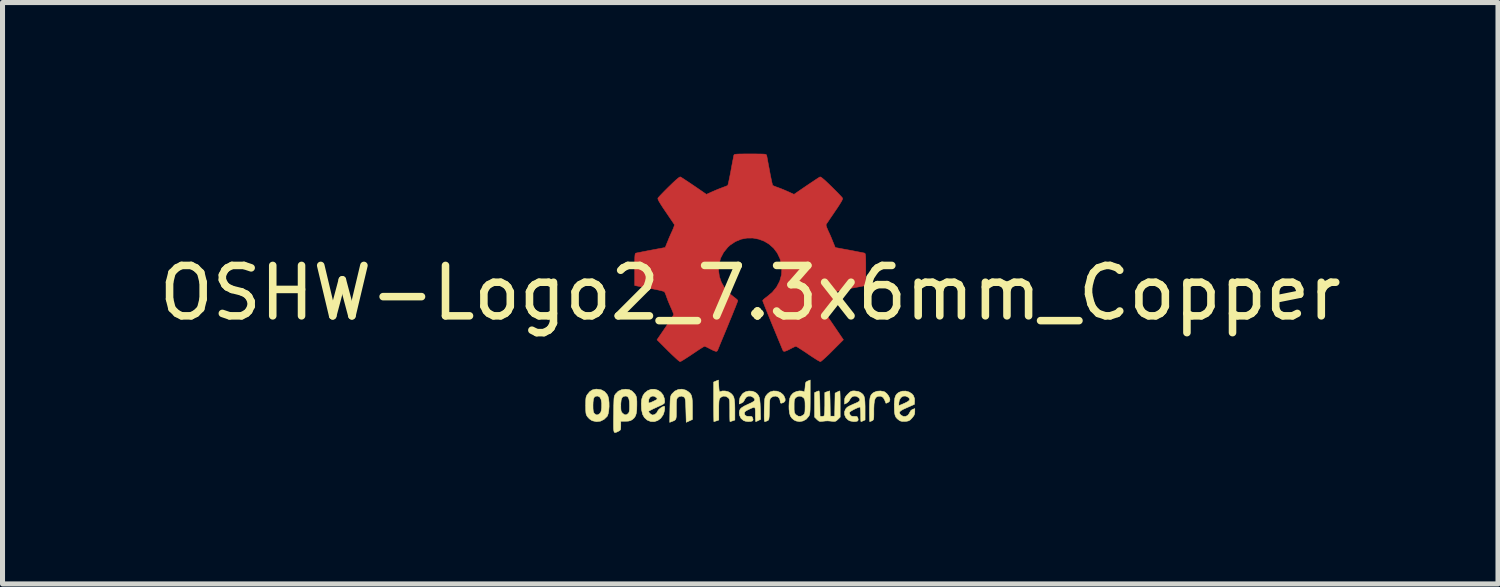
<source format=kicad_pcb>
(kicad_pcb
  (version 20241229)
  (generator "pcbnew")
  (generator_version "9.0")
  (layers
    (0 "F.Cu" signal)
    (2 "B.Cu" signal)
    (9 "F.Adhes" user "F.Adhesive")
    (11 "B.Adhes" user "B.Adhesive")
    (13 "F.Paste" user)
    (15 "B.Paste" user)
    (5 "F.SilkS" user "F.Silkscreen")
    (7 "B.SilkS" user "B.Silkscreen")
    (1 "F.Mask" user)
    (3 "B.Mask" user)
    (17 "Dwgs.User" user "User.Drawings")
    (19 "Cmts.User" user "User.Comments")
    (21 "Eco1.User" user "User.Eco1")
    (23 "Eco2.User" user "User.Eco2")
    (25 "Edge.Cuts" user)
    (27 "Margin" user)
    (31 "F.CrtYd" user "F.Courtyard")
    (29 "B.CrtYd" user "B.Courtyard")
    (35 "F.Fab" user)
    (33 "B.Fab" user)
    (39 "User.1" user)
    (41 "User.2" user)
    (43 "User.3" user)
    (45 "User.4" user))
  (footprint "OSHW-Logo2_7.3x6mm_Copper"
    (layer "F.Cu")
    (at 11.839 2.763)
    (property "Reference" "OSHW-Logo2_7.3x6mm_Copper" (at 0 0 0) (layer "F.SilkS") (effects (font (size 1 1) (thickness 0.15))))
    (attr exclude_from_pos_files exclude_from_bom)
    (fp_poly (pts (xy 0.104 -2.758) (xy 0.182 -2.757) (xy 0.239 -2.756) (xy 0.278 -2.754) (xy 0.303 -2.75) (xy 0.316 -2.744) (xy 0.323 -2.737) (xy 0.326 -2.726) (xy 0.327 -2.725) (xy 0.332 -2.701) (xy 0.341 -2.653) (xy 0.353 -2.587) (xy 0.368 -2.508) (xy 0.385 -2.42) (xy 0.385 -2.417) (xy 0.401 -2.331) (xy 0.417 -2.255) (xy 0.43 -2.194) (xy 0.44 -2.152) (xy 0.446 -2.133) (xy 0.447 -2.133) (xy 0.465 -2.124) (xy 0.502 -2.109) (xy 0.551 -2.091) (xy 0.552 -2.091) (xy 0.613 -2.068) (xy 0.686 -2.038) (xy 0.754 -2.008) (xy 0.757 -2.007) (xy 0.869 -1.956) (xy 1.115 -2.125) (xy 1.191 -2.176) (xy 1.26 -2.222) (xy 1.317 -2.26) (xy 1.359 -2.287) (xy 1.383 -2.301) (xy 1.385 -2.302) (xy 1.402 -2.298) (xy 1.434 -2.275) (xy 1.481 -2.235) (xy 1.546 -2.174) (xy 1.612 -2.11) (xy 1.676 -2.046) (xy 1.733 -1.989) (xy 1.78 -1.94) (xy 1.814 -1.904) (xy 1.83 -1.884) (xy 1.831 -1.883) (xy 1.833 -1.869) (xy 1.826 -1.847) (xy 1.809 -1.814) (xy 1.779 -1.765) (xy 1.737 -1.699) (xy 1.679 -1.614) (xy 1.629 -1.54) (xy 1.583 -1.473) (xy 1.546 -1.417) (xy 1.519 -1.378) (xy 1.506 -1.357) (xy 1.505 -1.356) (xy 1.507 -1.336) (xy 1.519 -1.298) (xy 1.54 -1.248) (xy 1.547 -1.232) (xy 1.58 -1.162) (xy 1.614 -1.082) (xy 1.642 -1.012) (xy 1.663 -0.961) (xy 1.679 -0.922) (xy 1.688 -0.901) (xy 1.689 -0.9) (xy 1.706 -0.897) (xy 1.746 -0.89) (xy 1.804 -0.879) (xy 1.875 -0.866) (xy 1.952 -0.852) (xy 2.032 -0.837) (xy 2.107 -0.822) (xy 2.174 -0.809) (xy 2.227 -0.799) (xy 2.26 -0.792) (xy 2.268 -0.79) (xy 2.276 -0.785) (xy 2.283 -0.774) (xy 2.287 -0.754) (xy 2.29 -0.72) (xy 2.292 -0.67) (xy 2.293 -0.599) (xy 2.293 -0.504) (xy 2.293 -0.465) (xy 2.293 -0.147) (xy 2.217 -0.132) (xy 2.175 -0.124) (xy 2.111 -0.112) (xy 2.035 -0.098) (xy 1.953 -0.083) (xy 1.93 -0.079) (xy 1.855 -0.064) (xy 1.789 -0.049) (xy 1.738 -0.037) (xy 1.709 -0.027) (xy 1.704 -0.024) (xy 1.691 -0.003) (xy 1.674 0.038) (xy 1.655 0.09) (xy 1.651 0.102) (xy 1.625 0.172) (xy 1.594 0.25) (xy 1.563 0.321) (xy 1.563 0.322) (xy 1.511 0.433) (xy 1.68 0.681) (xy 1.849 0.93) (xy 1.632 1.147) (xy 1.567 1.212) (xy 1.507 1.269) (xy 1.456 1.315) (xy 1.418 1.348) (xy 1.396 1.363) (xy 1.392 1.364) (xy 1.374 1.356) (xy 1.335 1.335) (xy 1.281 1.301) (xy 1.216 1.259) (xy 1.146 1.212) (xy 1.075 1.164) (xy 1.011 1.122) (xy 0.959 1.089) (xy 0.923 1.067) (xy 0.907 1.06) (xy 0.887 1.066) (xy 0.85 1.083) (xy 0.803 1.107) (xy 0.798 1.11) (xy 0.734 1.142) (xy 0.69 1.158) (xy 0.663 1.158) (xy 0.649 1.143) (xy 0.649 1.143) (xy 0.642 1.126) (xy 0.625 1.085) (xy 0.6 1.024) (xy 0.567 0.945) (xy 0.529 0.852) (xy 0.486 0.748) (xy 0.444 0.648) (xy 0.399 0.537) (xy 0.357 0.434) (xy 0.32 0.342) (xy 0.289 0.265) (xy 0.266 0.206) (xy 0.251 0.167) (xy 0.247 0.153) (xy 0.258 0.136) (xy 0.287 0.11) (xy 0.326 0.081) (xy 0.437 -0.011) (xy 0.523 -0.116) (xy 0.585 -0.233) (xy 0.62 -0.358) (xy 0.628 -0.49) (xy 0.622 -0.552) (xy 0.591 -0.678) (xy 0.538 -0.79) (xy 0.466 -0.886) (xy 0.378 -0.965) (xy 0.278 -1.026) (xy 0.168 -1.067) (xy 0.053 -1.089) (xy -0.065 -1.088) (xy -0.181 -1.066) (xy -0.294 -1.019) (xy -0.4 -0.948) (xy -0.444 -0.908) (xy -0.528 -0.805) (xy -0.587 -0.692) (xy -0.62 -0.573) (xy -0.629 -0.451) (xy -0.613 -0.329) (xy -0.573 -0.211) (xy -0.51 -0.1) (xy -0.423 0.002) (xy -0.326 0.081) (xy -0.286 0.111) (xy -0.257 0.137) (xy -0.247 0.153) (xy -0.252 0.17) (xy -0.267 0.21) (xy -0.291 0.272) (xy -0.323 0.35) (xy -0.36 0.443) (xy -0.403 0.546) (xy -0.444 0.648) (xy -0.49 0.759) (xy -0.533 0.862) (xy -0.571 0.953) (xy -0.603 1.03) (xy -0.627 1.09) (xy -0.643 1.129) (xy -0.649 1.143) (xy -0.663 1.158) (xy -0.69 1.158) (xy -0.734 1.142) (xy -0.797 1.11) (xy -0.798 1.11) (xy -0.845 1.085) (xy -0.884 1.067) (xy -0.906 1.06) (xy -0.907 1.06) (xy -0.923 1.067) (xy -0.96 1.089) (xy -1.012 1.122) (xy -1.075 1.164) (xy -1.146 1.212) (xy -1.218 1.26) (xy -1.283 1.302) (xy -1.336 1.335) (xy -1.374 1.357) (xy -1.392 1.364) (xy -1.409 1.354) (xy -1.443 1.327) (xy -1.49 1.284) (xy -1.547 1.231) (xy -1.612 1.168) (xy -1.633 1.147) (xy -1.85 0.93) (xy -1.684 0.687) (xy -1.634 0.613) (xy -1.59 0.546) (xy -1.555 0.491) (xy -1.53 0.451) (xy -1.519 0.43) (xy -1.519 0.429) (xy -1.525 0.409) (xy -1.54 0.37) (xy -1.562 0.317) (xy -1.578 0.282) (xy -1.607 0.215) (xy -1.635 0.147) (xy -1.656 0.09) (xy -1.662 0.073) (xy -1.679 0.026) (xy -1.695 -0.01) (xy -1.704 -0.024) (xy -1.723 -0.032) (xy -1.766 -0.044) (xy -1.826 -0.058) (xy -1.898 -0.073) (xy -1.93 -0.079) (xy -2.012 -0.094) (xy -2.091 -0.108) (xy -2.159 -0.121) (xy -2.208 -0.13) (xy -2.217 -0.132) (xy -2.293 -0.147) (xy -2.293 -0.465) (xy -2.293 -0.569) (xy -2.292 -0.648) (xy -2.291 -0.705) (xy -2.288 -0.744) (xy -2.284 -0.769) (xy -2.279 -0.782) (xy -2.271 -0.789) (xy -2.268 -0.79) (xy -2.249 -0.794) (xy -2.207 -0.802) (xy -2.148 -0.814) (xy -2.077 -0.828) (xy -1.999 -0.843) (xy -1.92 -0.858) (xy -1.845 -0.872) (xy -1.779 -0.884) (xy -1.727 -0.894) (xy -1.696 -0.899) (xy -1.689 -0.9) (xy -1.683 -0.912) (xy -1.669 -0.946) (xy -1.65 -0.994) (xy -1.642 -1.012) (xy -1.613 -1.085) (xy -1.578 -1.165) (xy -1.547 -1.232) (xy -1.525 -1.284) (xy -1.51 -1.326) (xy -1.504 -1.352) (xy -1.505 -1.356) (xy -1.516 -1.372) (xy -1.54 -1.409) (xy -1.576 -1.461) (xy -1.62 -1.526) (xy -1.67 -1.6) (xy -1.68 -1.614) (xy -1.738 -1.7) (xy -1.78 -1.766) (xy -1.809 -1.814) (xy -1.826 -1.847) (xy -1.833 -1.869) (xy -1.831 -1.883) (xy -1.831 -1.883) (xy -1.816 -1.901) (xy -1.785 -1.935) (xy -1.739 -1.983) (xy -1.683 -2.04) (xy -1.62 -2.103) (xy -1.612 -2.11) (xy -1.533 -2.187) (xy -1.471 -2.244) (xy -1.427 -2.281) (xy -1.398 -2.3) (xy -1.385 -2.302) (xy -1.367 -2.292) (xy -1.328 -2.267) (xy -1.274 -2.231) (xy -1.207 -2.187) (xy -1.133 -2.137) (xy -1.115 -2.125) (xy -0.869 -1.956) (xy -0.757 -2.007) (xy -0.69 -2.036) (xy -0.617 -2.066) (xy -0.554 -2.09) (xy -0.552 -2.091) (xy -0.503 -2.109) (xy -0.465 -2.124) (xy -0.447 -2.133) (xy -0.447 -2.133) (xy -0.441 -2.149) (xy -0.431 -2.19) (xy -0.418 -2.25) (xy -0.403 -2.325) (xy -0.386 -2.41) (xy -0.385 -2.417) (xy -0.369 -2.505) (xy -0.354 -2.585) (xy -0.341 -2.651) (xy -0.332 -2.7) (xy -0.327 -2.725) (xy -0.327 -2.725) (xy -0.323 -2.736) (xy -0.317 -2.744) (xy -0.305 -2.75) (xy -0.281 -2.753) (xy -0.244 -2.756) (xy -0.19 -2.757) (xy -0.114 -2.758) (xy -0.013 -2.758) (xy 0 -2.758) (xy 0.104 -2.758)) (stroke (width 0.01) (type solid)) (fill yes) (layer "F.Cu"))
    (fp_poly (pts (xy 0.104 -2.758) (xy 0.182 -2.757) (xy 0.239 -2.756) (xy 0.278 -2.754) (xy 0.303 -2.75) (xy 0.316 -2.744) (xy 0.323 -2.737) (xy 0.326 -2.726) (xy 0.327 -2.725) (xy 0.332 -2.701) (xy 0.341 -2.653) (xy 0.353 -2.587) (xy 0.368 -2.508) (xy 0.385 -2.42) (xy 0.385 -2.417) (xy 0.401 -2.331) (xy 0.417 -2.255) (xy 0.43 -2.194) (xy 0.44 -2.152) (xy 0.446 -2.133) (xy 0.447 -2.133) (xy 0.465 -2.124) (xy 0.502 -2.109) (xy 0.551 -2.091) (xy 0.552 -2.091) (xy 0.613 -2.068) (xy 0.686 -2.038) (xy 0.754 -2.008) (xy 0.757 -2.007) (xy 0.869 -1.956) (xy 1.115 -2.125) (xy 1.191 -2.176) (xy 1.26 -2.222) (xy 1.317 -2.26) (xy 1.359 -2.287) (xy 1.383 -2.301) (xy 1.385 -2.302) (xy 1.402 -2.298) (xy 1.434 -2.275) (xy 1.481 -2.235) (xy 1.546 -2.174) (xy 1.612 -2.11) (xy 1.676 -2.046) (xy 1.733 -1.989) (xy 1.78 -1.94) (xy 1.814 -1.904) (xy 1.83 -1.884) (xy 1.831 -1.883) (xy 1.833 -1.869) (xy 1.826 -1.847) (xy 1.809 -1.814) (xy 1.779 -1.765) (xy 1.737 -1.699) (xy 1.679 -1.614) (xy 1.629 -1.54) (xy 1.583 -1.473) (xy 1.546 -1.417) (xy 1.519 -1.378) (xy 1.506 -1.357) (xy 1.505 -1.356) (xy 1.507 -1.336) (xy 1.519 -1.298) (xy 1.54 -1.248) (xy 1.547 -1.232) (xy 1.58 -1.162) (xy 1.614 -1.082) (xy 1.642 -1.012) (xy 1.663 -0.961) (xy 1.679 -0.922) (xy 1.688 -0.901) (xy 1.689 -0.9) (xy 1.706 -0.897) (xy 1.746 -0.89) (xy 1.804 -0.879) (xy 1.875 -0.866) (xy 1.952 -0.852) (xy 2.032 -0.837) (xy 2.107 -0.822) (xy 2.174 -0.809) (xy 2.227 -0.799) (xy 2.26 -0.792) (xy 2.268 -0.79) (xy 2.276 -0.785) (xy 2.283 -0.774) (xy 2.287 -0.754) (xy 2.29 -0.72) (xy 2.292 -0.67) (xy 2.293 -0.599) (xy 2.293 -0.504) (xy 2.293 -0.465) (xy 2.293 -0.147) (xy 2.217 -0.132) (xy 2.175 -0.124) (xy 2.111 -0.112) (xy 2.035 -0.098) (xy 1.953 -0.083) (xy 1.93 -0.079) (xy 1.855 -0.064) (xy 1.789 -0.049) (xy 1.738 -0.037) (xy 1.709 -0.027) (xy 1.704 -0.024) (xy 1.691 -0.003) (xy 1.674 0.038) (xy 1.655 0.09) (xy 1.651 0.102) (xy 1.625 0.172) (xy 1.594 0.25) (xy 1.563 0.321) (xy 1.563 0.322) (xy 1.511 0.433) (xy 1.68 0.681) (xy 1.849 0.93) (xy 1.632 1.147) (xy 1.567 1.212) (xy 1.507 1.269) (xy 1.456 1.315) (xy 1.418 1.348) (xy 1.396 1.363) (xy 1.392 1.364) (xy 1.374 1.356) (xy 1.335 1.335) (xy 1.281 1.301) (xy 1.216 1.259) (xy 1.146 1.212) (xy 1.075 1.164) (xy 1.011 1.122) (xy 0.959 1.089) (xy 0.923 1.067) (xy 0.907 1.06) (xy 0.887 1.066) (xy 0.85 1.083) (xy 0.803 1.107) (xy 0.798 1.11) (xy 0.734 1.142) (xy 0.69 1.158) (xy 0.663 1.158) (xy 0.649 1.143) (xy 0.649 1.143) (xy 0.642 1.126) (xy 0.625 1.085) (xy 0.6 1.024) (xy 0.567 0.945) (xy 0.529 0.852) (xy 0.486 0.748) (xy 0.444 0.648) (xy 0.399 0.537) (xy 0.357 0.434) (xy 0.32 0.342) (xy 0.289 0.265) (xy 0.266 0.206) (xy 0.251 0.167) (xy 0.247 0.153) (xy 0.258 0.136) (xy 0.287 0.11) (xy 0.326 0.081) (xy 0.437 -0.011) (xy 0.523 -0.116) (xy 0.585 -0.233) (xy 0.62 -0.358) (xy 0.628 -0.49) (xy 0.622 -0.552) (xy 0.591 -0.678) (xy 0.538 -0.79) (xy 0.466 -0.886) (xy 0.378 -0.965) (xy 0.278 -1.026) (xy 0.168 -1.067) (xy 0.053 -1.089) (xy -0.065 -1.088) (xy -0.181 -1.066) (xy -0.294 -1.019) (xy -0.4 -0.948) (xy -0.444 -0.908) (xy -0.528 -0.805) (xy -0.587 -0.692) (xy -0.62 -0.573) (xy -0.629 -0.451) (xy -0.613 -0.329) (xy -0.573 -0.211) (xy -0.51 -0.1) (xy -0.423 0.002) (xy -0.326 0.081) (xy -0.286 0.111) (xy -0.257 0.137) (xy -0.247 0.153) (xy -0.252 0.17) (xy -0.267 0.21) (xy -0.291 0.272) (xy -0.323 0.35) (xy -0.36 0.443) (xy -0.403 0.546) (xy -0.444 0.648) (xy -0.49 0.759) (xy -0.533 0.862) (xy -0.571 0.953) (xy -0.603 1.03) (xy -0.627 1.09) (xy -0.643 1.129) (xy -0.649 1.143) (xy -0.663 1.158) (xy -0.69 1.158) (xy -0.734 1.142) (xy -0.797 1.11) (xy -0.798 1.11) (xy -0.845 1.085) (xy -0.884 1.067) (xy -0.906 1.06) (xy -0.907 1.06) (xy -0.923 1.067) (xy -0.96 1.089) (xy -1.012 1.122) (xy -1.075 1.164) (xy -1.146 1.212) (xy -1.218 1.26) (xy -1.283 1.302) (xy -1.336 1.335) (xy -1.374 1.357) (xy -1.392 1.364) (xy -1.409 1.354) (xy -1.443 1.327) (xy -1.49 1.284) (xy -1.547 1.231) (xy -1.612 1.168) (xy -1.633 1.147) (xy -1.85 0.93) (xy -1.684 0.687) (xy -1.634 0.613) (xy -1.59 0.546) (xy -1.555 0.491) (xy -1.53 0.451) (xy -1.519 0.43) (xy -1.519 0.429) (xy -1.525 0.409) (xy -1.54 0.37) (xy -1.562 0.317) (xy -1.578 0.282) (xy -1.607 0.215) (xy -1.635 0.147) (xy -1.656 0.09) (xy -1.662 0.073) (xy -1.679 0.026) (xy -1.695 -0.01) (xy -1.704 -0.024) (xy -1.723 -0.032) (xy -1.766 -0.044) (xy -1.826 -0.058) (xy -1.898 -0.073) (xy -1.93 -0.079) (xy -2.012 -0.094) (xy -2.091 -0.108) (xy -2.159 -0.121) (xy -2.208 -0.13) (xy -2.217 -0.132) (xy -2.293 -0.147) (xy -2.293 -0.465) (xy -2.293 -0.569) (xy -2.292 -0.648) (xy -2.291 -0.705) (xy -2.288 -0.744) (xy -2.284 -0.769) (xy -2.279 -0.782) (xy -2.271 -0.789) (xy -2.268 -0.79) (xy -2.249 -0.794) (xy -2.207 -0.802) (xy -2.148 -0.814) (xy -2.077 -0.828) (xy -1.999 -0.843) (xy -1.92 -0.858) (xy -1.845 -0.872) (xy -1.779 -0.884) (xy -1.727 -0.894) (xy -1.696 -0.899) (xy -1.689 -0.9) (xy -1.683 -0.912) (xy -1.669 -0.946) (xy -1.65 -0.994) (xy -1.642 -1.012) (xy -1.613 -1.085) (xy -1.578 -1.165) (xy -1.547 -1.232) (xy -1.525 -1.284) (xy -1.51 -1.326) (xy -1.504 -1.352) (xy -1.505 -1.356) (xy -1.516 -1.372) (xy -1.54 -1.409) (xy -1.576 -1.461) (xy -1.62 -1.526) (xy -1.67 -1.6) (xy -1.68 -1.614) (xy -1.738 -1.7) (xy -1.78 -1.766) (xy -1.809 -1.814) (xy -1.826 -1.847) (xy -1.833 -1.869) (xy -1.831 -1.883) (xy -1.831 -1.883) (xy -1.816 -1.901) (xy -1.785 -1.935) (xy -1.739 -1.983) (xy -1.683 -2.04) (xy -1.62 -2.103) (xy -1.612 -2.11) (xy -1.533 -2.187) (xy -1.471 -2.244) (xy -1.427 -2.281) (xy -1.398 -2.3) (xy -1.385 -2.302) (xy -1.367 -2.292) (xy -1.328 -2.267) (xy -1.274 -2.231) (xy -1.207 -2.187) (xy -1.133 -2.137) (xy -1.115 -2.125) (xy -0.869 -1.956) (xy -0.757 -2.007) (xy -0.69 -2.036) (xy -0.617 -2.066) (xy -0.554 -2.09) (xy -0.552 -2.091) (xy -0.503 -2.109) (xy -0.465 -2.124) (xy -0.447 -2.133) (xy -0.447 -2.133) (xy -0.441 -2.149) (xy -0.431 -2.19) (xy -0.418 -2.25) (xy -0.403 -2.325) (xy -0.386 -2.41) (xy -0.385 -2.417) (xy -0.369 -2.505) (xy -0.354 -2.585) (xy -0.341 -2.651) (xy -0.332 -2.7) (xy -0.327 -2.725) (xy -0.327 -2.725) (xy -0.323 -2.736) (xy -0.317 -2.744) (xy -0.305 -2.75) (xy -0.281 -2.753) (xy -0.244 -2.756) (xy -0.19 -2.757) (xy -0.114 -2.758) (xy -0.013 -2.758) (xy 0 -2.758) (xy 0.104 -2.758)) (stroke (width 0.01) (type solid)) (fill yes) (layer "F.Mask"))
    (fp_poly (pts (xy 2.653 1.959) (xy 2.67 1.966) (xy 2.711 1.999) (xy 2.747 2.047) (xy 2.769 2.097) (xy 2.772 2.122) (xy 2.76 2.157) (xy 2.734 2.175) (xy 2.706 2.187) (xy 2.693 2.189) (xy 2.687 2.174) (xy 2.674 2.141) (xy 2.669 2.127) (xy 2.639 2.076) (xy 2.595 2.05) (xy 2.538 2.051) (xy 2.534 2.052) (xy 2.504 2.067) (xy 2.481 2.094) (xy 2.466 2.139) (xy 2.457 2.205) (xy 2.453 2.294) (xy 2.453 2.341) (xy 2.453 2.416) (xy 2.452 2.467) (xy 2.448 2.499) (xy 2.442 2.518) (xy 2.432 2.529) (xy 2.417 2.537) (xy 2.416 2.538) (xy 2.387 2.55) (xy 2.372 2.555) (xy 2.37 2.541) (xy 2.368 2.503) (xy 2.367 2.446) (xy 2.366 2.374) (xy 2.366 2.322) (xy 2.367 2.22) (xy 2.37 2.143) (xy 2.377 2.086) (xy 2.389 2.045) (xy 2.407 2.014) (xy 2.432 1.99) (xy 2.457 1.973) (xy 2.517 1.951) (xy 2.587 1.946) (xy 2.653 1.959)) (stroke (width 0.01) (type solid)) (fill yes) (layer "F.SilkS"))
    (fp_poly (pts (xy -1.284 1.928) (xy -1.237 1.955) (xy -1.205 1.981) (xy -1.181 2.009) (xy -1.165 2.044) (xy -1.155 2.089) (xy -1.149 2.151) (xy -1.147 2.234) (xy -1.147 2.293) (xy -1.147 2.512) (xy -1.208 2.54) (xy -1.27 2.568) (xy -1.277 2.328) (xy -1.28 2.238) (xy -1.283 2.173) (xy -1.287 2.128) (xy -1.293 2.099) (xy -1.3 2.081) (xy -1.31 2.07) (xy -1.313 2.067) (xy -1.36 2.048) (xy -1.408 2.056) (xy -1.437 2.076) (xy -1.449 2.09) (xy -1.457 2.108) (xy -1.462 2.136) (xy -1.465 2.179) (xy -1.466 2.242) (xy -1.466 2.307) (xy -1.466 2.389) (xy -1.467 2.447) (xy -1.472 2.486) (xy -1.482 2.512) (xy -1.499 2.528) (xy -1.525 2.541) (xy -1.56 2.554) (xy -1.598 2.569) (xy -1.594 2.311) (xy -1.592 2.219) (xy -1.59 2.15) (xy -1.587 2.101) (xy -1.582 2.066) (xy -1.575 2.042) (xy -1.566 2.022) (xy -1.554 2.005) (xy -1.499 1.95) (xy -1.431 1.918) (xy -1.357 1.91) (xy -1.284 1.928)) (stroke (width 0.01) (type solid)) (fill yes) (layer "F.SilkS"))
    (fp_poly (pts (xy 0.53 1.95) (xy 0.596 1.974) (xy 0.649 2.017) (xy 0.67 2.047) (xy 0.693 2.103) (xy 0.692 2.143) (xy 0.669 2.17) (xy 0.66 2.175) (xy 0.622 2.189) (xy 0.602 2.185) (xy 0.595 2.161) (xy 0.595 2.148) (xy 0.583 2.099) (xy 0.551 2.065) (xy 0.508 2.048) (xy 0.459 2.053) (xy 0.419 2.074) (xy 0.405 2.087) (xy 0.396 2.101) (xy 0.389 2.124) (xy 0.385 2.159) (xy 0.383 2.212) (xy 0.381 2.288) (xy 0.38 2.312) (xy 0.378 2.394) (xy 0.376 2.451) (xy 0.372 2.49) (xy 0.367 2.513) (xy 0.359 2.526) (xy 0.347 2.535) (xy 0.339 2.538) (xy 0.307 2.55) (xy 0.288 2.555) (xy 0.282 2.541) (xy 0.278 2.5) (xy 0.277 2.431) (xy 0.278 2.334) (xy 0.278 2.319) (xy 0.28 2.23) (xy 0.283 2.165) (xy 0.286 2.119) (xy 0.292 2.087) (xy 0.3 2.064) (xy 0.311 2.044) (xy 0.317 2.035) (xy 0.35 1.998) (xy 0.388 1.969) (xy 0.392 1.966) (xy 0.459 1.946) (xy 0.53 1.95)) (stroke (width 0.01) (type solid)) (fill yes) (layer "F.SilkS"))
    (fp_poly (pts (xy -0.624 1.851) (xy -0.62 1.911) (xy -0.615 1.946) (xy -0.608 1.961) (xy -0.598 1.961) (xy -0.595 1.959) (xy -0.552 1.946) (xy -0.497 1.947) (xy -0.44 1.96) (xy -0.405 1.978) (xy -0.369 2.006) (xy -0.342 2.038) (xy -0.324 2.078) (xy -0.313 2.132) (xy -0.307 2.204) (xy -0.305 2.299) (xy -0.305 2.317) (xy -0.305 2.523) (xy -0.351 2.539) (xy -0.383 2.549) (xy -0.401 2.554) (xy -0.401 2.555) (xy -0.403 2.541) (xy -0.405 2.503) (xy -0.406 2.446) (xy -0.406 2.375) (xy -0.406 2.332) (xy -0.407 2.247) (xy -0.408 2.186) (xy -0.41 2.144) (xy -0.415 2.117) (xy -0.422 2.098) (xy -0.433 2.085) (xy -0.44 2.078) (xy -0.487 2.051) (xy -0.538 2.049) (xy -0.584 2.072) (xy -0.593 2.08) (xy -0.605 2.095) (xy -0.614 2.114) (xy -0.619 2.14) (xy -0.622 2.18) (xy -0.624 2.238) (xy -0.624 2.318) (xy -0.624 2.523) (xy -0.67 2.539) (xy -0.702 2.549) (xy -0.72 2.554) (xy -0.721 2.555) (xy -0.722 2.541) (xy -0.723 2.501) (xy -0.724 2.441) (xy -0.725 2.362) (xy -0.726 2.269) (xy -0.726 2.167) (xy -0.726 1.769) (xy -0.679 1.749) (xy -0.631 1.73) (xy -0.624 1.851)) (stroke (width 0.01) (type solid)) (fill yes) (layer "F.SilkS"))
    (fp_poly (pts (xy 1.78 1.959) (xy 1.782 1.997) (xy 1.784 2.055) (xy 1.785 2.128) (xy 1.785 2.205) (xy 1.785 2.465) (xy 1.739 2.511) (xy 1.708 2.539) (xy 1.68 2.551) (xy 1.642 2.55) (xy 1.627 2.548) (xy 1.58 2.543) (xy 1.541 2.54) (xy 1.531 2.54) (xy 1.499 2.541) (xy 1.453 2.546) (xy 1.436 2.548) (xy 1.392 2.552) (xy 1.363 2.544) (xy 1.334 2.521) (xy 1.323 2.511) (xy 1.277 2.465) (xy 1.277 1.979) (xy 1.314 1.962) (xy 1.346 1.949) (xy 1.365 1.945) (xy 1.369 1.959) (xy 1.374 1.997) (xy 1.378 2.056) (xy 1.381 2.132) (xy 1.382 2.195) (xy 1.386 2.446) (xy 1.421 2.451) (xy 1.452 2.447) (xy 1.468 2.436) (xy 1.472 2.415) (xy 1.476 2.371) (xy 1.478 2.309) (xy 1.48 2.235) (xy 1.48 2.197) (xy 1.48 1.977) (xy 1.526 1.961) (xy 1.559 1.95) (xy 1.576 1.945) (xy 1.577 1.945) (xy 1.578 1.959) (xy 1.58 1.997) (xy 1.582 2.054) (xy 1.584 2.127) (xy 1.585 2.195) (xy 1.589 2.446) (xy 1.676 2.446) (xy 1.68 2.217) (xy 1.684 1.989) (xy 1.727 1.967) (xy 1.758 1.952) (xy 1.777 1.945) (xy 1.777 1.945) (xy 1.78 1.959)) (stroke (width 0.01) (type solid)) (fill yes) (layer "F.SilkS"))
    (fp_poly (pts (xy -2.959 1.922) (xy -2.891 1.958) (xy -2.841 2.015) (xy -2.823 2.052) (xy -2.809 2.108) (xy -2.802 2.178) (xy -2.801 2.255) (xy -2.807 2.33) (xy -2.818 2.394) (xy -2.834 2.441) (xy -2.839 2.449) (xy -2.9 2.509) (xy -2.971 2.545) (xy -3.049 2.555) (xy -3.127 2.539) (xy -3.149 2.529) (xy -3.192 2.499) (xy -3.229 2.459) (xy -3.233 2.454) (xy -3.247 2.43) (xy -3.257 2.404) (xy -3.262 2.37) (xy -3.265 2.321) (xy -3.266 2.251) (xy -3.266 2.235) (xy -3.266 2.23) (xy -3.121 2.23) (xy -3.12 2.296) (xy -3.116 2.34) (xy -3.109 2.369) (xy -3.098 2.388) (xy -3.092 2.395) (xy -3.057 2.42) (xy -3.023 2.419) (xy -2.989 2.397) (xy -2.969 2.374) (xy -2.957 2.34) (xy -2.95 2.288) (xy -2.949 2.281) (xy -2.948 2.186) (xy -2.96 2.114) (xy -2.985 2.068) (xy -3.023 2.048) (xy -3.037 2.047) (xy -3.073 2.052) (xy -3.097 2.072) (xy -3.112 2.109) (xy -3.119 2.168) (xy -3.121 2.23) (xy -3.266 2.23) (xy -3.265 2.16) (xy -3.263 2.108) (xy -3.258 2.072) (xy -3.249 2.045) (xy -3.236 2.022) (xy -3.233 2.017) (xy -3.184 1.958) (xy -3.13 1.924) (xy -3.064 1.91) (xy -3.042 1.91) (xy -2.959 1.922)) (stroke (width 0.01) (type solid)) (fill yes) (layer "F.SilkS"))
    (fp_poly (pts (xy 3.154 1.967) (xy 3.211 2.004) (xy 3.239 2.038) (xy 3.261 2.099) (xy 3.262 2.147) (xy 3.258 2.212) (xy 3.11 2.277) (xy 3.037 2.31) (xy 2.99 2.337) (xy 2.966 2.36) (xy 2.961 2.383) (xy 2.975 2.407) (xy 2.99 2.424) (xy 3.034 2.45) (xy 3.081 2.452) (xy 3.125 2.432) (xy 3.157 2.391) (xy 3.163 2.376) (xy 3.191 2.331) (xy 3.222 2.312) (xy 3.266 2.296) (xy 3.266 2.358) (xy 3.262 2.4) (xy 3.247 2.436) (xy 3.215 2.477) (xy 3.211 2.482) (xy 3.176 2.519) (xy 3.145 2.538) (xy 3.108 2.547) (xy 3.076 2.55) (xy 3.02 2.551) (xy 2.981 2.542) (xy 2.956 2.528) (xy 2.917 2.497) (xy 2.89 2.465) (xy 2.873 2.423) (xy 2.863 2.368) (xy 2.86 2.291) (xy 2.859 2.253) (xy 2.86 2.206) (xy 2.948 2.206) (xy 2.949 2.231) (xy 2.952 2.235) (xy 2.968 2.23) (xy 3.004 2.215) (xy 3.052 2.194) (xy 3.062 2.19) (xy 3.123 2.159) (xy 3.157 2.132) (xy 3.164 2.106) (xy 3.146 2.08) (xy 3.132 2.069) (xy 3.079 2.046) (xy 3.03 2.05) (xy 2.989 2.078) (xy 2.961 2.127) (xy 2.952 2.166) (xy 2.948 2.206) (xy 2.86 2.206) (xy 2.861 2.162) (xy 2.868 2.095) (xy 2.882 2.047) (xy 2.904 2.011) (xy 2.937 1.983) (xy 2.951 1.973) (xy 3.015 1.95) (xy 3.085 1.948) (xy 3.154 1.967)) (stroke (width 0.01) (type solid)) (fill yes) (layer "F.SilkS"))
    (fp_poly (pts (xy 1.19 2.065) (xy 1.19 2.174) (xy 1.189 2.257) (xy 1.188 2.32) (xy 1.185 2.365) (xy 1.181 2.397) (xy 1.175 2.421) (xy 1.167 2.439) (xy 1.161 2.449) (xy 1.112 2.506) (xy 1.049 2.541) (xy 0.98 2.554) (xy 0.911 2.542) (xy 0.869 2.522) (xy 0.826 2.485) (xy 0.796 2.441) (xy 0.779 2.383) (xy 0.77 2.306) (xy 0.769 2.25) (xy 0.769 2.246) (xy 0.871 2.246) (xy 0.871 2.311) (xy 0.874 2.354) (xy 0.881 2.382) (xy 0.893 2.402) (xy 0.906 2.417) (xy 0.953 2.447) (xy 1.004 2.449) (xy 1.051 2.425) (xy 1.055 2.421) (xy 1.071 2.404) (xy 1.081 2.383) (xy 1.086 2.352) (xy 1.088 2.305) (xy 1.089 2.252) (xy 1.088 2.185) (xy 1.085 2.141) (xy 1.078 2.112) (xy 1.066 2.091) (xy 1.057 2.08) (xy 1.013 2.052) (xy 0.962 2.049) (xy 0.914 2.07) (xy 0.904 2.078) (xy 0.889 2.096) (xy 0.879 2.117) (xy 0.873 2.148) (xy 0.871 2.196) (xy 0.871 2.246) (xy 0.769 2.246) (xy 0.773 2.159) (xy 0.785 2.09) (xy 0.807 2.039) (xy 0.842 1.998) (xy 0.869 1.978) (xy 0.919 1.956) (xy 0.976 1.945) (xy 1.03 1.948) (xy 1.06 1.959) (xy 1.071 1.962) (xy 1.079 1.951) (xy 1.084 1.919) (xy 1.089 1.871) (xy 1.093 1.817) (xy 1.099 1.784) (xy 1.111 1.766) (xy 1.131 1.754) (xy 1.143 1.748) (xy 1.19 1.729) (xy 1.19 2.065)) (stroke (width 0.01) (type solid)) (fill yes) (layer "F.SilkS"))
    (fp_poly (pts (xy -1.832 1.931) (xy -1.774 1.97) (xy -1.73 2.025) (xy -1.704 2.096) (xy -1.698 2.148) (xy -1.699 2.17) (xy -1.704 2.187) (xy -1.718 2.201) (xy -1.745 2.218) (xy -1.79 2.239) (xy -1.857 2.269) (xy -1.858 2.27) (xy -1.92 2.298) (xy -1.97 2.323) (xy -2.005 2.342) (xy -2.017 2.353) (xy -2.017 2.353) (xy -2.006 2.376) (xy -1.98 2.402) (xy -1.949 2.42) (xy -1.934 2.424) (xy -1.891 2.411) (xy -1.855 2.379) (xy -1.837 2.345) (xy -1.82 2.319) (xy -1.787 2.29) (xy -1.748 2.264) (xy -1.713 2.25) (xy -1.706 2.25) (xy -1.698 2.262) (xy -1.697 2.294) (xy -1.703 2.337) (xy -1.715 2.383) (xy -1.73 2.423) (xy -1.731 2.424) (xy -1.777 2.489) (xy -1.837 2.533) (xy -1.906 2.555) (xy -1.976 2.552) (xy -2.044 2.524) (xy -2.047 2.522) (xy -2.101 2.473) (xy -2.136 2.41) (xy -2.155 2.327) (xy -2.158 2.304) (xy -2.162 2.194) (xy -2.157 2.143) (xy -2.017 2.143) (xy -2.016 2.175) (xy -2.006 2.184) (xy -1.981 2.177) (xy -1.942 2.161) (xy -1.899 2.14) (xy -1.898 2.139) (xy -1.861 2.12) (xy -1.846 2.107) (xy -1.85 2.093) (xy -1.865 2.076) (xy -1.904 2.05) (xy -1.946 2.048) (xy -1.984 2.067) (xy -2.01 2.103) (xy -2.017 2.143) (xy -2.157 2.143) (xy -2.153 2.106) (xy -2.128 2.036) (xy -2.095 1.987) (xy -2.033 1.938) (xy -1.966 1.913) (xy -1.897 1.912) (xy -1.832 1.931)) (stroke (width 0.01) (type solid)) (fill yes) (layer "F.SilkS"))
    (fp_poly (pts (xy 0.04 1.951) (xy 0.097 1.972) (xy 0.097 1.972) (xy 0.132 1.998) (xy 0.158 2.029) (xy 0.177 2.068) (xy 0.189 2.121) (xy 0.196 2.194) (xy 0.2 2.289) (xy 0.201 2.303) (xy 0.206 2.509) (xy 0.162 2.532) (xy 0.13 2.547) (xy 0.11 2.554) (xy 0.11 2.555) (xy 0.106 2.541) (xy 0.104 2.505) (xy 0.102 2.451) (xy 0.102 2.408) (xy 0.102 2.339) (xy 0.098 2.295) (xy 0.087 2.274) (xy 0.064 2.273) (xy 0.022 2.289) (xy -0.04 2.318) (xy -0.086 2.342) (xy -0.109 2.363) (xy -0.116 2.386) (xy -0.116 2.387) (xy -0.105 2.426) (xy -0.071 2.447) (xy -0.019 2.451) (xy 0.018 2.45) (xy 0.038 2.461) (xy 0.05 2.487) (xy 0.057 2.519) (xy 0.047 2.538) (xy 0.043 2.541) (xy 0.007 2.551) (xy -0.043 2.553) (xy -0.095 2.546) (xy -0.132 2.533) (xy -0.183 2.49) (xy -0.212 2.429) (xy -0.218 2.382) (xy -0.213 2.34) (xy -0.198 2.305) (xy -0.166 2.275) (xy -0.115 2.244) (xy -0.041 2.209) (xy -0.036 2.207) (xy 0.031 2.176) (xy 0.072 2.151) (xy 0.09 2.128) (xy 0.086 2.105) (xy 0.063 2.078) (xy 0.056 2.072) (xy 0.009 2.048) (xy -0.04 2.049) (xy -0.082 2.072) (xy -0.111 2.116) (xy -0.113 2.124) (xy -0.139 2.165) (xy -0.171 2.185) (xy -0.218 2.205) (xy -0.218 2.154) (xy -0.204 2.08) (xy -0.161 2.012) (xy -0.139 1.99) (xy -0.089 1.961) (xy -0.026 1.947) (xy 0.04 1.951)) (stroke (width 0.01) (type solid)) (fill yes) (layer "F.SilkS"))
    (fp_poly (pts (xy -2.4 1.92) (xy -2.345 1.948) (xy -2.296 1.998) (xy -2.282 2.017) (xy -2.268 2.042) (xy -2.258 2.069) (xy -2.253 2.105) (xy -2.25 2.156) (xy -2.25 2.224) (xy -2.252 2.318) (xy -2.261 2.388) (xy -2.277 2.44) (xy -2.303 2.48) (xy -2.34 2.513) (xy -2.342 2.515) (xy -2.379 2.535) (xy -2.422 2.545) (xy -2.478 2.547) (xy -2.569 2.547) (xy -2.569 2.635) (xy -2.57 2.684) (xy -2.575 2.713) (xy -2.588 2.73) (xy -2.614 2.745) (xy -2.62 2.748) (xy -2.649 2.762) (xy -2.672 2.77) (xy -2.688 2.771) (xy -2.7 2.761) (xy -2.707 2.737) (xy -2.712 2.696) (xy -2.713 2.636) (xy -2.713 2.553) (xy -2.712 2.445) (xy -2.711 2.413) (xy -2.71 2.302) (xy -2.709 2.229) (xy -2.569 2.229) (xy -2.568 2.29) (xy -2.565 2.331) (xy -2.557 2.358) (xy -2.543 2.378) (xy -2.533 2.388) (xy -2.495 2.418) (xy -2.46 2.42) (xy -2.425 2.396) (xy -2.424 2.395) (xy -2.409 2.376) (xy -2.401 2.351) (xy -2.396 2.312) (xy -2.395 2.252) (xy -2.395 2.238) (xy -2.398 2.156) (xy -2.409 2.099) (xy -2.429 2.064) (xy -2.458 2.048) (xy -2.476 2.047) (xy -2.516 2.054) (xy -2.544 2.078) (xy -2.561 2.123) (xy -2.568 2.191) (xy -2.569 2.229) (xy -2.709 2.229) (xy -2.708 2.215) (xy -2.706 2.15) (xy -2.704 2.103) (xy -2.7 2.069) (xy -2.694 2.045) (xy -2.687 2.028) (xy -2.677 2.012) (xy -2.673 2.006) (xy -2.619 1.951) (xy -2.55 1.92) (xy -2.47 1.911) (xy -2.4 1.92)) (stroke (width 0.01) (type solid)) (fill yes) (layer "F.SilkS"))
    (fp_poly (pts (xy 2.145 1.956) (xy 2.187 1.975) (xy 2.219 1.998) (xy 2.244 2.024) (xy 2.26 2.057) (xy 2.271 2.103) (xy 2.276 2.165) (xy 2.279 2.249) (xy 2.279 2.305) (xy 2.279 2.521) (xy 2.242 2.538) (xy 2.213 2.55) (xy 2.198 2.555) (xy 2.195 2.541) (xy 2.193 2.505) (xy 2.192 2.452) (xy 2.192 2.409) (xy 2.19 2.348) (xy 2.187 2.3) (xy 2.182 2.271) (xy 2.178 2.264) (xy 2.153 2.271) (xy 2.112 2.287) (xy 2.066 2.309) (xy 2.021 2.333) (xy 1.986 2.355) (xy 1.97 2.37) (xy 1.97 2.37) (xy 1.971 2.397) (xy 1.984 2.423) (xy 2.006 2.444) (xy 2.038 2.451) (xy 2.065 2.451) (xy 2.104 2.45) (xy 2.124 2.459) (xy 2.136 2.483) (xy 2.138 2.488) (xy 2.143 2.522) (xy 2.129 2.543) (xy 2.092 2.552) (xy 2.052 2.554) (xy 1.981 2.541) (xy 1.943 2.521) (xy 1.898 2.476) (xy 1.873 2.42) (xy 1.871 2.361) (xy 1.892 2.306) (xy 1.923 2.271) (xy 1.953 2.252) (xy 2.002 2.228) (xy 2.058 2.203) (xy 2.068 2.199) (xy 2.13 2.172) (xy 2.166 2.148) (xy 2.177 2.124) (xy 2.167 2.097) (xy 2.148 2.076) (xy 2.104 2.05) (xy 2.056 2.048) (xy 2.012 2.068) (xy 1.981 2.108) (xy 1.977 2.118) (xy 1.952 2.156) (xy 1.917 2.184) (xy 1.872 2.207) (xy 1.872 2.141) (xy 1.875 2.102) (xy 1.886 2.07) (xy 1.911 2.036) (xy 1.935 2.01) (xy 1.972 1.974) (xy 2.001 1.954) (xy 2.033 1.946) (xy 2.068 1.945) (xy 2.145 1.956)) (stroke (width 0.01) (type solid)) (fill yes) (layer "F.SilkS")))
  (gr_rect
    (start -3 -3)
    (end 26.679 8.539)
    (stroke (width 0.1) (type default))
    (fill no)
    (layer "Edge.Cuts")))
</source>
